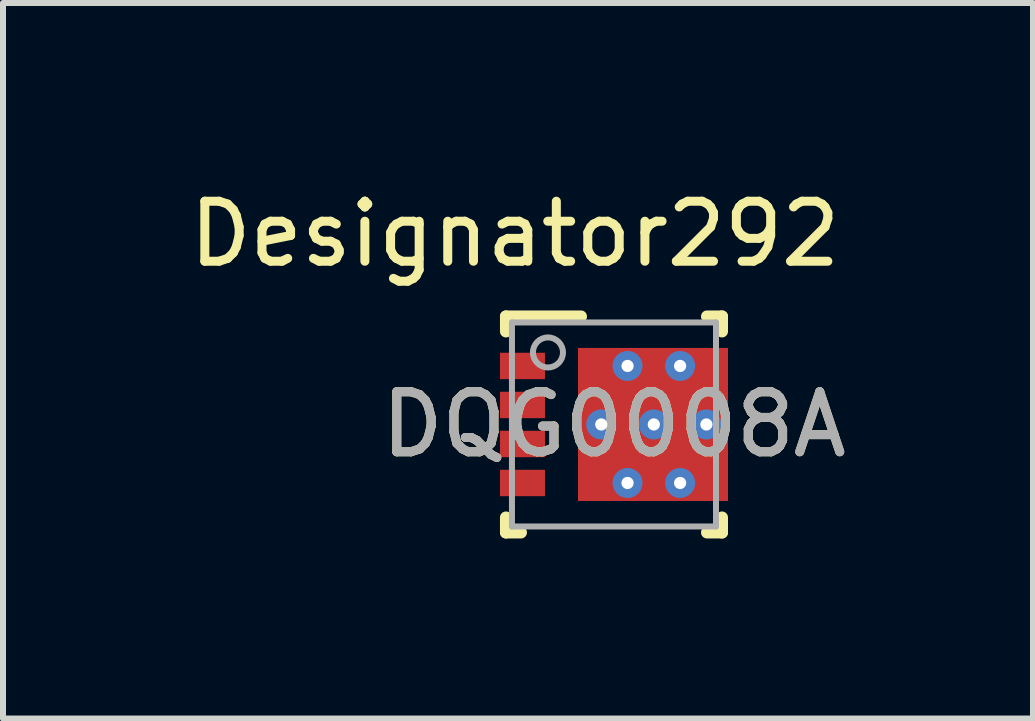
<source format=kicad_pcb>
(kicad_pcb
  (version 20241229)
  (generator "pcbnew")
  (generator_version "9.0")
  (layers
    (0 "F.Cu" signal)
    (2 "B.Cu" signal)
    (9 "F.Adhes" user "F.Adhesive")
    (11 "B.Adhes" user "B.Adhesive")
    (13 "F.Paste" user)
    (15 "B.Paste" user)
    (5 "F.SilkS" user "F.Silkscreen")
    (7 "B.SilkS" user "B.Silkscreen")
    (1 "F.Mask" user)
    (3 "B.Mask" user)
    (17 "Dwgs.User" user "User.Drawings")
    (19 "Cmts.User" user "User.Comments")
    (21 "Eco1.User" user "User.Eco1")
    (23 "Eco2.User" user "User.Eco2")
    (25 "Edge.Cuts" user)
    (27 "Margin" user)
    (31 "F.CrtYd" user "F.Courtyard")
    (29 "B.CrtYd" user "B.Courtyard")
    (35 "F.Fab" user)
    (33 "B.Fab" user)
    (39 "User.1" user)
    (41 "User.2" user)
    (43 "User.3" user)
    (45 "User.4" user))
  (footprint "DQG0008A"
    (layer "F.Cu")
    (at 7.181 4.023)
    (property "Reference" "DQG0008A" (at 0 0 0) (unlocked yes) (layer "F.SilkS") (effects (font (size 1 1) (thickness 0.15))))
    (attr smd)
    (fp_poly (pts (xy -0.56 1.172) (xy -0.56 -1.172) (xy -0.559 -1.182) (xy -0.556 -1.192) (xy -0.551 -1.201) (xy -0.544 -1.209) (xy -0.536 -1.216) (xy -0.527 -1.221) (xy -0.517 -1.224) (xy -0.507 -1.225) (xy 1.162 -1.225) (xy 1.172 -1.224) (xy 1.182 -1.221) (xy 1.191 -1.216) (xy 1.199 -1.209) (xy 1.206 -1.201) (xy 1.211 -1.192) (xy 1.214 -1.182) (xy 1.215 -1.172) (xy 1.215 1.172) (xy 1.214 1.182) (xy 1.211 1.192) (xy 1.206 1.201) (xy 1.199 1.209) (xy 1.191 1.216) (xy 1.182 1.221) (xy 1.172 1.224) (xy 1.162 1.225) (xy -0.507 1.225) (xy -0.517 1.224) (xy -0.527 1.221) (xy -0.536 1.216) (xy -0.544 1.209) (xy -0.551 1.201) (xy -0.556 1.192) (xy -0.559 1.182)) (stroke (width 0) (type solid)) (fill yes) (layer "F.Mask"))
    (fp_poly (pts (xy 0.925 -0.854) (xy 0.925 -1.096) (xy 0.926 -1.105) (xy 0.929 -1.115) (xy 0.933 -1.123) (xy 0.939 -1.131) (xy 0.947 -1.137) (xy 0.955 -1.141) (xy 0.965 -1.144) (xy 0.974 -1.145) (xy 1.376 -1.145) (xy 1.385 -1.144) (xy 1.395 -1.141) (xy 1.403 -1.137) (xy 1.411 -1.131) (xy 1.417 -1.123) (xy 1.421 -1.115) (xy 1.424 -1.105) (xy 1.425 -1.096) (xy 1.425 -0.854) (xy 1.424 -0.845) (xy 1.421 -0.835) (xy 1.417 -0.827) (xy 1.411 -0.819) (xy 1.403 -0.813) (xy 1.395 -0.809) (xy 1.385 -0.806) (xy 1.376 -0.805) (xy 0.974 -0.805) (xy 0.965 -0.806) (xy 0.955 -0.809) (xy 0.947 -0.813) (xy 0.939 -0.819) (xy 0.933 -0.827) (xy 0.929 -0.835) (xy 0.926 -0.845)) (stroke (width 0) (type solid)) (fill yes) (layer "F.Mask"))
    (fp_poly (pts (xy 0.925 -0.204) (xy 0.925 -0.446) (xy 0.926 -0.455) (xy 0.929 -0.465) (xy 0.933 -0.473) (xy 0.939 -0.481) (xy 0.947 -0.487) (xy 0.955 -0.491) (xy 0.965 -0.494) (xy 0.974 -0.495) (xy 1.376 -0.495) (xy 1.385 -0.494) (xy 1.395 -0.491) (xy 1.403 -0.487) (xy 1.411 -0.481) (xy 1.417 -0.473) (xy 1.421 -0.465) (xy 1.424 -0.455) (xy 1.425 -0.446) (xy 1.425 -0.204) (xy 1.424 -0.195) (xy 1.421 -0.185) (xy 1.417 -0.177) (xy 1.411 -0.169) (xy 1.403 -0.163) (xy 1.395 -0.159) (xy 1.385 -0.156) (xy 1.376 -0.155) (xy 0.974 -0.155) (xy 0.965 -0.156) (xy 0.955 -0.159) (xy 0.947 -0.163) (xy 0.939 -0.169) (xy 0.933 -0.177) (xy 0.929 -0.185) (xy 0.926 -0.195)) (stroke (width 0) (type solid)) (fill yes) (layer "F.Mask"))
    (fp_poly (pts (xy 0.925 0.446) (xy 0.925 0.204) (xy 0.926 0.195) (xy 0.929 0.185) (xy 0.933 0.177) (xy 0.939 0.169) (xy 0.947 0.163) (xy 0.955 0.159) (xy 0.965 0.156) (xy 0.974 0.155) (xy 1.376 0.155) (xy 1.385 0.156) (xy 1.395 0.159) (xy 1.403 0.163) (xy 1.411 0.169) (xy 1.417 0.177) (xy 1.421 0.185) (xy 1.424 0.195) (xy 1.425 0.204) (xy 1.425 0.446) (xy 1.424 0.455) (xy 1.421 0.465) (xy 1.417 0.473) (xy 1.411 0.481) (xy 1.403 0.487) (xy 1.395 0.491) (xy 1.385 0.494) (xy 1.376 0.495) (xy 0.974 0.495) (xy 0.965 0.494) (xy 0.955 0.491) (xy 0.947 0.487) (xy 0.939 0.481) (xy 0.933 0.473) (xy 0.929 0.465) (xy 0.926 0.455)) (stroke (width 0) (type solid)) (fill yes) (layer "F.Mask"))
    (fp_poly (pts (xy 0.925 1.096) (xy 0.925 0.854) (xy 0.926 0.845) (xy 0.929 0.835) (xy 0.933 0.827) (xy 0.939 0.819) (xy 0.947 0.813) (xy 0.955 0.809) (xy 0.965 0.806) (xy 0.974 0.805) (xy 1.376 0.805) (xy 1.385 0.806) (xy 1.395 0.809) (xy 1.403 0.813) (xy 1.411 0.819) (xy 1.417 0.827) (xy 1.421 0.835) (xy 1.424 0.845) (xy 1.425 0.854) (xy 1.425 1.096) (xy 1.424 1.105) (xy 1.421 1.115) (xy 1.417 1.123) (xy 1.411 1.131) (xy 1.403 1.137) (xy 1.395 1.141) (xy 1.385 1.144) (xy 1.376 1.145) (xy 0.974 1.145) (xy 0.965 1.144) (xy 0.955 1.141) (xy 0.947 1.137) (xy 0.939 1.131) (xy 0.933 1.123) (xy 0.929 1.115) (xy 0.926 1.105)) (stroke (width 0) (type solid)) (fill yes) (layer "F.Mask"))
    (fp_line (start -1.8 -1.8) (end -0.55 -1.8) (stroke (width 0.2) (type solid)) (layer "F.SilkS"))
    (fp_line (start -1.8 -1.55) (end -1.8 -1.8) (stroke (width 0.2) (type solid)) (layer "F.SilkS"))
    (fp_line (start -1.8 1.8) (end -1.8 1.55) (stroke (width 0.2) (type solid)) (layer "F.SilkS"))
    (fp_line (start -1.8 1.8) (end -1.55 1.8) (stroke (width 0.2) (type solid)) (layer "F.SilkS"))
    (fp_line (start 1.55 -1.8) (end 1.8 -1.8) (stroke (width 0.2) (type solid)) (layer "F.SilkS"))
    (fp_line (start 1.55 1.8) (end 1.8 1.8) (stroke (width 0.2) (type solid)) (layer "F.SilkS"))
    (fp_line (start 1.8 -1.55) (end 1.8 -1.8) (stroke (width 0.2) (type solid)) (layer "F.SilkS"))
    (fp_line (start 1.8 1.8) (end 1.8 1.55) (stroke (width 0.2) (type solid)) (layer "F.SilkS"))
    (fp_poly (pts (xy 0.126 -1.174) (xy 0.126 -0.151) (xy 0.125 -0.141) (xy 0.122 -0.131) (xy 0.117 -0.123) (xy 0.111 -0.115) (xy 0.103 -0.109) (xy 0.095 -0.104) (xy 0.085 -0.101) (xy 0.075 -0.1) (xy -0.499 -0.1) (xy -0.509 -0.101) (xy -0.519 -0.104) (xy -0.527 -0.109) (xy -0.535 -0.115) (xy -0.541 -0.123) (xy -0.546 -0.131) (xy -0.549 -0.141) (xy -0.55 -0.151) (xy -0.55 -1.174) (xy -0.549 -1.184) (xy -0.546 -1.194) (xy -0.541 -1.202) (xy -0.535 -1.21) (xy -0.527 -1.216) (xy -0.519 -1.221) (xy -0.509 -1.224) (xy -0.499 -1.225) (xy 0.075 -1.225) (xy 0.085 -1.224) (xy 0.095 -1.221) (xy 0.103 -1.216) (xy 0.111 -1.21) (xy 0.117 -1.202) (xy 0.122 -1.194) (xy 0.125 -1.184)) (stroke (width 0) (type solid)) (fill yes) (layer "F.Paste"))
    (fp_poly (pts (xy 0.126 0.151) (xy 0.126 1.174) (xy 0.125 1.184) (xy 0.122 1.194) (xy 0.117 1.202) (xy 0.111 1.21) (xy 0.103 1.216) (xy 0.095 1.221) (xy 0.085 1.224) (xy 0.075 1.225) (xy -0.499 1.225) (xy -0.509 1.224) (xy -0.519 1.221) (xy -0.527 1.216) (xy -0.535 1.21) (xy -0.541 1.202) (xy -0.546 1.194) (xy -0.549 1.184) (xy -0.55 1.174) (xy -0.55 0.151) (xy -0.549 0.141) (xy -0.546 0.131) (xy -0.541 0.123) (xy -0.535 0.115) (xy -0.527 0.109) (xy -0.519 0.104) (xy -0.509 0.101) (xy -0.499 0.1) (xy 0.075 0.1) (xy 0.085 0.101) (xy 0.095 0.104) (xy 0.103 0.109) (xy 0.111 0.115) (xy 0.117 0.123) (xy 0.122 0.131) (xy 0.125 0.141)) (stroke (width 0) (type solid)) (fill yes) (layer "F.Paste"))
    (fp_poly (pts (xy 0.326 -0.151) (xy 0.326 -1.174) (xy 0.327 -1.184) (xy 0.33 -1.194) (xy 0.335 -1.202) (xy 0.341 -1.21) (xy 0.349 -1.216) (xy 0.357 -1.221) (xy 0.367 -1.224) (xy 0.377 -1.225) (xy 0.951 -1.225) (xy 0.961 -1.224) (xy 0.971 -1.221) (xy 0.979 -1.216) (xy 0.987 -1.21) (xy 0.993 -1.202) (xy 0.998 -1.194) (xy 1.001 -1.184) (xy 1.002 -1.174) (xy 1.002 -0.151) (xy 1.001 -0.141) (xy 0.998 -0.131) (xy 0.993 -0.123) (xy 0.987 -0.115) (xy 0.979 -0.109) (xy 0.971 -0.104) (xy 0.961 -0.101) (xy 0.951 -0.1) (xy 0.377 -0.1) (xy 0.367 -0.101) (xy 0.357 -0.104) (xy 0.349 -0.109) (xy 0.341 -0.115) (xy 0.335 -0.123) (xy 0.33 -0.131) (xy 0.327 -0.141)) (stroke (width 0) (type solid)) (fill yes) (layer "F.Paste"))
    (fp_poly (pts (xy 0.326 1.174) (xy 0.326 0.151) (xy 0.327 0.141) (xy 0.33 0.131) (xy 0.335 0.123) (xy 0.341 0.115) (xy 0.349 0.109) (xy 0.357 0.104) (xy 0.367 0.101) (xy 0.377 0.1) (xy 0.951 0.1) (xy 0.961 0.101) (xy 0.971 0.104) (xy 0.979 0.109) (xy 0.987 0.115) (xy 0.993 0.123) (xy 0.998 0.131) (xy 1.001 0.141) (xy 1.002 0.151) (xy 1.002 1.174) (xy 1.001 1.184) (xy 0.998 1.194) (xy 0.993 1.202) (xy 0.987 1.21) (xy 0.979 1.216) (xy 0.971 1.221) (xy 0.961 1.224) (xy 0.951 1.225) (xy 0.377 1.225) (xy 0.367 1.224) (xy 0.357 1.221) (xy 0.349 1.216) (xy 0.341 1.21) (xy 0.335 1.202) (xy 0.33 1.194) (xy 0.327 1.184)) (stroke (width 0) (type solid)) (fill yes) (layer "F.Paste"))
    (fp_line (start -1.7 1.7) (end -1.7 -1.7) (stroke (width 0.1) (type solid)) (layer "F.Fab"))
    (fp_line (start -1.7 1.7) (end 1.7 1.7) (stroke (width 0.1) (type solid)) (layer "F.Fab"))
    (fp_line (start -1.7 -1.7) (end 1.7 -1.7) (stroke (width 0.1) (type solid)) (layer "F.Fab"))
    (fp_line (start 1.7 1.7) (end 1.7 -1.7) (stroke (width 0.1) (type solid)) (layer "F.Fab"))
    (fp_circle (center -1.1 -1.2) (end -0.85 -1.2) (stroke (width 0.1) (type solid)) (fill no) (layer "F.Fab"))
    (fp_text user "Designator292" (at -1.651 -3.175 0) (unlocked yes) (layer "F.SilkS") (effects (font (size 1 1) (thickness 0.15))))
    (fp_text user "${REFERENCE}" (at 0 0 0) (unlocked yes) (layer "F.Fab") (effects (font (size 1 1) (thickness 0.15))))
    (pad "1" smd rect (at -1.525 -0.975 90) (size 0.44 0.75) (layers "F.Cu" "F.Mask" "F.Paste"))
    (pad "2" smd rect (at -1.525 -0.325 90) (size 0.44 0.75) (layers "F.Cu" "F.Mask" "F.Paste"))
    (pad "3" smd rect (at -1.525 0.325 90) (size 0.44 0.75) (layers "F.Cu" "F.Mask" "F.Paste"))
    (pad "4" smd rect (at -1.525 0.975 90) (size 0.44 0.75) (layers "F.Cu" "F.Mask" "F.Paste"))
    (pad "5" smd rect (at 1.525 0.975 90) (size 0.44 0.75) (layers "F.Cu" "F.Mask" "F.Paste"))
    (pad "6" smd rect (at 1.525 0.325 90) (size 0.44 0.75) (layers "F.Cu" "F.Mask" "F.Paste"))
    (pad "7" smd rect (at 1.525 -0.325 90) (size 0.44 0.75) (layers "F.Cu" "F.Mask" "F.Paste"))
    (pad "8" smd rect (at 1.525 -0.975 90) (size 0.44 0.75) (layers "F.Cu" "F.Mask" "F.Paste"))
    (pad "9" smd rect (at 0.65 0) (size 2.5 2.55) (layers "F.Cu"))
    (pad "V" thru_hole circle (at -0.212 0) (size 0.5 0.5) (drill 0.203) (layers "*.Cu" "*.Mask"))
    (pad "V" thru_hole circle (at 0.226 -0.975) (size 0.5 0.5) (drill 0.203) (layers "*.Cu" "*.Mask"))
    (pad "V" thru_hole circle (at 0.226 0.975) (size 0.5 0.5) (drill 0.203) (layers "*.Cu" "*.Mask"))
    (pad "V" thru_hole circle (at 0.664 0) (size 0.5 0.5) (drill 0.203) (layers "*.Cu" "*.Mask"))
    (pad "V" thru_hole circle (at 1.102 -0.975) (size 0.5 0.5) (drill 0.203) (layers "*.Cu" "*.Mask"))
    (pad "V" thru_hole circle (at 1.102 0.975) (size 0.5 0.5) (drill 0.203) (layers "*.Cu" "*.Mask"))
    (pad "V" thru_hole circle (at 1.54 0) (size 0.5 0.5) (drill 0.203) (layers "*.Cu" "*.Mask")))
  (gr_rect
    (start -3 -3)
    (end 14.163 8.923)
    (stroke (width 0.1) (type default))
    (fill no)
    (layer "Edge.Cuts")))
</source>
